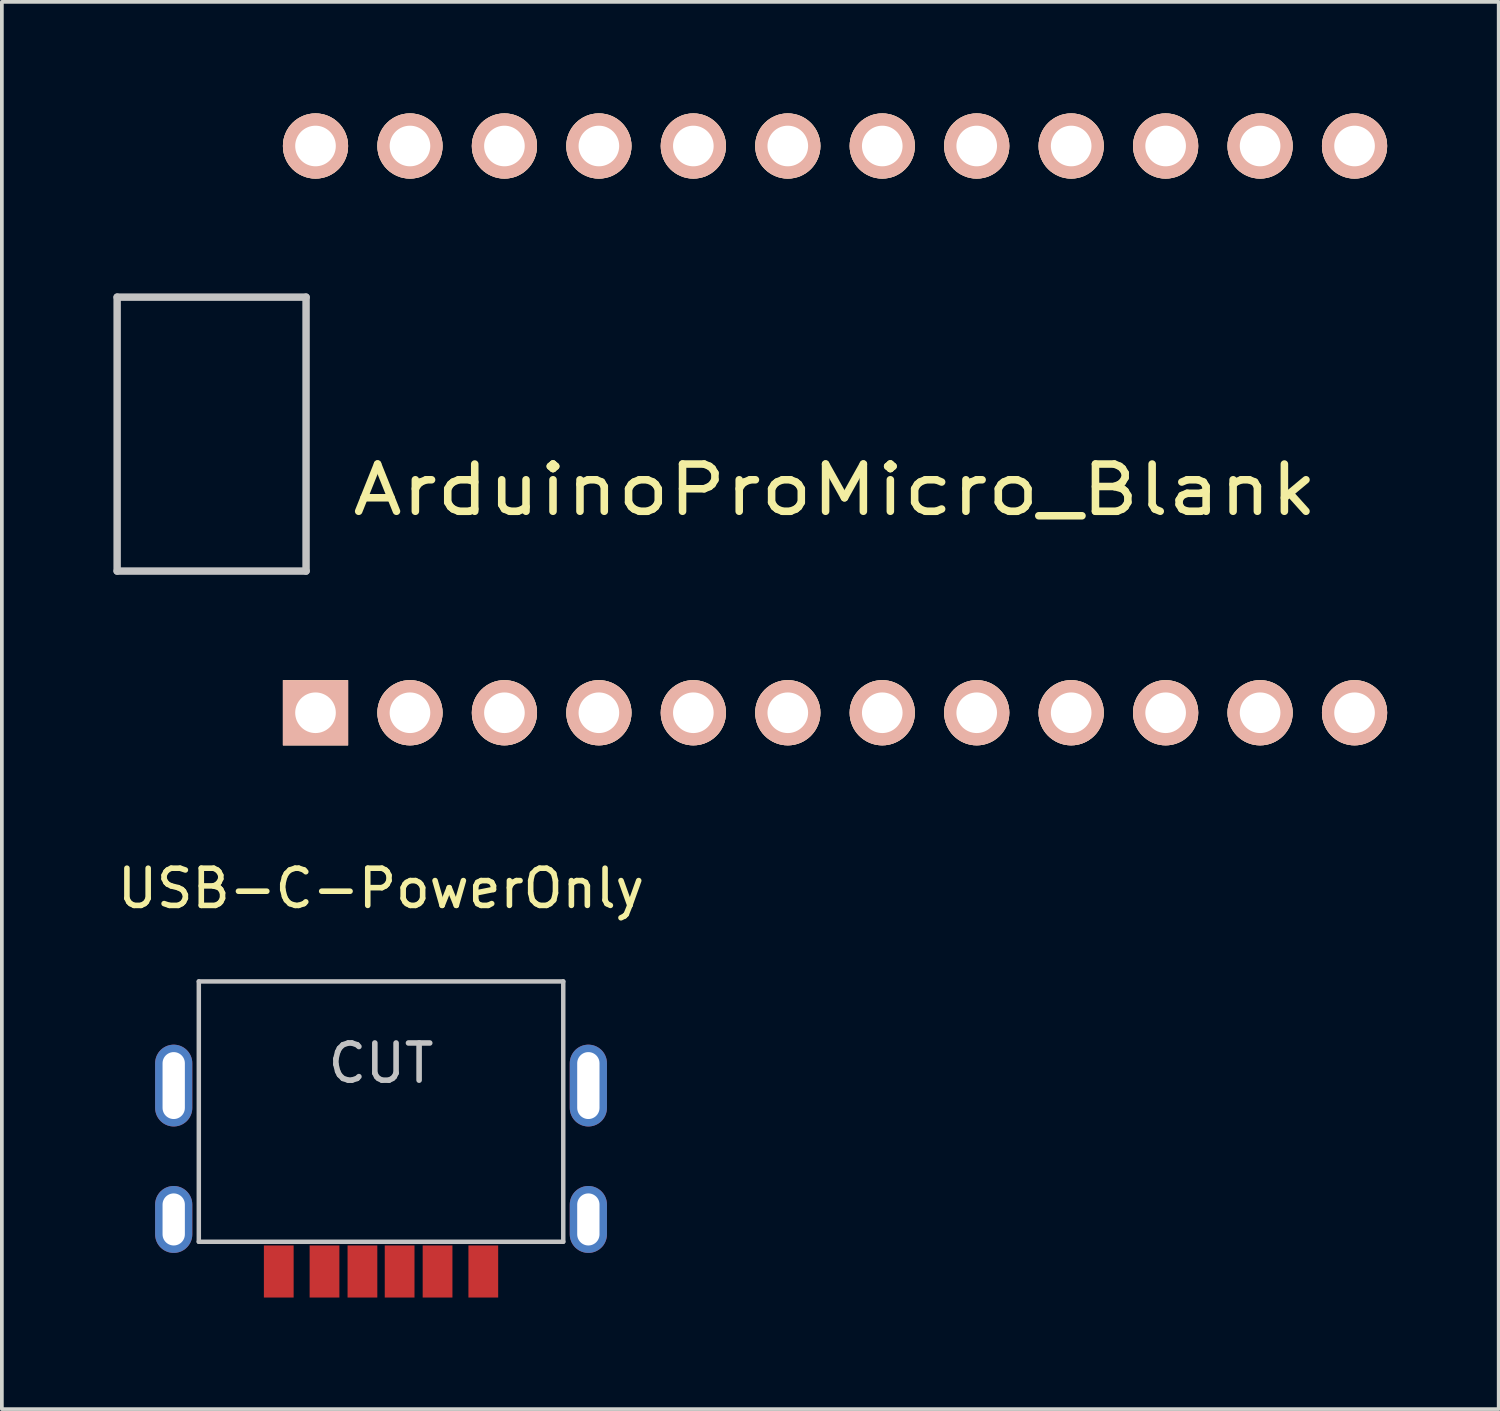
<source format=kicad_pcb>
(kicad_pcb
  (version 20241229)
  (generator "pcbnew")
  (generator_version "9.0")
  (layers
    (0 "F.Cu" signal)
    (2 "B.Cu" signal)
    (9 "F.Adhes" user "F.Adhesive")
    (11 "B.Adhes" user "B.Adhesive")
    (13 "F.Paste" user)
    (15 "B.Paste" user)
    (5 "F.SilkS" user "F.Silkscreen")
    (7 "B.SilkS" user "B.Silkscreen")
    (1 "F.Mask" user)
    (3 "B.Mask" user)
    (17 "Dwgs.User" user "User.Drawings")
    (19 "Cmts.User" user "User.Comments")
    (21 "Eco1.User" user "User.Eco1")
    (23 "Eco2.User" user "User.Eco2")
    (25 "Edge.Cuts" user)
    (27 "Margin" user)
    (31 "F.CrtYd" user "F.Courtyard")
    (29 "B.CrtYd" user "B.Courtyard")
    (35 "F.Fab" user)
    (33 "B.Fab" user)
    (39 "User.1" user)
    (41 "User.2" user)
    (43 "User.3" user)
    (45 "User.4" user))
  (footprint "USB-C-PowerOnly"
    (layer "F.Cu")
    (at 7.196 23.341)
    (property "Reference" "USB-C-PowerOnly" (at 0 -2.5 0) (layer "F.SilkS") (effects (font (size 1 1) (thickness 0.15))))
    (attr through_hole)
    (fp_line (start -4.9 0) (end -4.9 7) (stroke (width 0.12) (type solid)) (layer "Dwgs.User"))
    (fp_line (start -4.9 0) (end 4.9 0) (stroke (width 0.12) (type solid)) (layer "Dwgs.User"))
    (fp_line (start -4.9 7) (end 4.9 7) (stroke (width 0.12) (type solid)) (layer "Dwgs.User"))
    (fp_line (start 4.9 0) (end 4.9 7) (stroke (width 0.12) (type solid)) (layer "Dwgs.User"))
    (fp_text user "CUT" (at 0 2.2 0) (layer "Dwgs.User") (effects (font (size 1 1) (thickness 0.15))))
    (pad "A1" smd rect (at 2.75 7.8 180) (size 0.8 1.4) (layers "F.Cu" "F.Mask" "F.Paste"))
    (pad "A4" smd rect (at 1.52 7.8 180) (size 0.8 1.4) (layers "F.Cu" "F.Mask" "F.Paste"))
    (pad "A5" smd rect (at 0.5 7.8 180) (size 0.8 1.4) (layers "F.Cu" "F.Mask" "F.Paste"))
    (pad "A9" smd rect (at -1.52 7.8) (size 0.8 1.4) (layers "F.Cu" "F.Mask" "F.Paste"))
    (pad "A12" smd rect (at -2.75 7.8) (size 0.8 1.4) (layers "F.Cu" "F.Mask" "F.Paste"))
    (pad "B5" smd rect (at -0.5 7.8) (size 0.8 1.4) (layers "F.Cu" "F.Mask" "F.Paste"))
    (pad "S1" thru_hole oval (at -5.575 2.8) (size 1 2.2) (drill oval 0.6 1.8) (layers "*.Cu" "*.Mask"))
    (pad "S1" thru_hole oval (at -5.575 6.4) (size 1 1.8) (drill oval 0.6 1.4) (layers "*.Cu" "*.Mask"))
    (pad "S1" thru_hole oval (at 5.575 2.8) (size 1 2.2) (drill oval 0.6 1.8) (layers "*.Cu" "*.Mask"))
    (pad "S1" thru_hole oval (at 5.575 6.4) (size 1 1.8) (drill oval 0.6 1.4) (layers "*.Cu" "*.Mask")))
  (footprint "ArduinoProMicro_Blank"
    (layer "F.Cu")
    (at 19.404 8.496)
    (property "Reference" "ArduinoProMicro_Blank" (at 0 1.625 0) (layer "F.SilkS") (effects (font (size 1.27 1.524) (thickness 0.203))))
    (attr through_hole)
    (fp_line (start -19.304 -3.556) (end -14.224 -3.556) (stroke (width 0.2) (type solid)) (layer "Dwgs.User"))
    (fp_line (start -19.304 3.81) (end -19.304 -3.556) (stroke (width 0.2) (type solid)) (layer "Dwgs.User"))
    (fp_line (start -14.224 -3.556) (end -14.224 3.81) (stroke (width 0.2) (type solid)) (layer "Dwgs.User"))
    (fp_line (start -14.224 3.81) (end -19.304 3.81) (stroke (width 0.2) (type solid)) (layer "Dwgs.User"))
    (pad "1" thru_hole rect (at -13.97 7.62) (size 1.753 1.753) (drill 1.092) (layers "*.Cu" "*.SilkS" "*.Mask"))
    (pad "2" thru_hole circle (at -11.43 7.62) (size 1.753 1.753) (drill 1.092) (layers "*.Cu" "*.SilkS" "*.Mask"))
    (pad "3" thru_hole circle (at -8.89 7.62) (size 1.753 1.753) (drill 1.092) (layers "*.Cu" "*.SilkS" "*.Mask"))
    (pad "4" thru_hole circle (at -6.35 7.62) (size 1.753 1.753) (drill 1.092) (layers "*.Cu" "*.SilkS" "*.Mask"))
    (pad "5" thru_hole circle (at -3.81 7.62) (size 1.753 1.753) (drill 1.092) (layers "*.Cu" "*.SilkS" "*.Mask"))
    (pad "6" thru_hole circle (at -1.27 7.62) (size 1.753 1.753) (drill 1.092) (layers "*.Cu" "*.SilkS" "*.Mask"))
    (pad "7" thru_hole circle (at 1.27 7.62) (size 1.753 1.753) (drill 1.092) (layers "*.Cu" "*.SilkS" "*.Mask"))
    (pad "8" thru_hole circle (at 3.81 7.62) (size 1.753 1.753) (drill 1.092) (layers "*.Cu" "*.SilkS" "*.Mask"))
    (pad "9" thru_hole circle (at 6.35 7.62) (size 1.753 1.753) (drill 1.092) (layers "*.Cu" "*.SilkS" "*.Mask"))
    (pad "10" thru_hole circle (at 8.89 7.62) (size 1.753 1.753) (drill 1.092) (layers "*.Cu" "*.SilkS" "*.Mask"))
    (pad "11" thru_hole circle (at 11.43 7.62) (size 1.753 1.753) (drill 1.092) (layers "*.Cu" "*.SilkS" "*.Mask"))
    (pad "12" thru_hole circle (at 13.97 7.62) (size 1.753 1.753) (drill 1.092) (layers "*.Cu" "*.SilkS" "*.Mask"))
    (pad "13" thru_hole circle (at 13.97 -7.62) (size 1.753 1.753) (drill 1.092) (layers "*.Cu" "*.SilkS" "*.Mask"))
    (pad "14" thru_hole circle (at 11.43 -7.62) (size 1.753 1.753) (drill 1.092) (layers "*.Cu" "*.SilkS" "*.Mask"))
    (pad "15" thru_hole circle (at 8.89 -7.62) (size 1.753 1.753) (drill 1.092) (layers "*.Cu" "*.SilkS" "*.Mask"))
    (pad "16" thru_hole circle (at 6.35 -7.62) (size 1.753 1.753) (drill 1.092) (layers "*.Cu" "*.SilkS" "*.Mask"))
    (pad "17" thru_hole circle (at 3.81 -7.62) (size 1.753 1.753) (drill 1.092) (layers "*.Cu" "*.SilkS" "*.Mask"))
    (pad "18" thru_hole circle (at 1.27 -7.62) (size 1.753 1.753) (drill 1.092) (layers "*.Cu" "*.SilkS" "*.Mask"))
    (pad "19" thru_hole circle (at -1.27 -7.62) (size 1.753 1.753) (drill 1.092) (layers "*.Cu" "*.SilkS" "*.Mask"))
    (pad "20" thru_hole circle (at -3.81 -7.62) (size 1.753 1.753) (drill 1.092) (layers "*.Cu" "*.SilkS" "*.Mask"))
    (pad "21" thru_hole circle (at -6.35 -7.62) (size 1.753 1.753) (drill 1.092) (layers "*.Cu" "*.SilkS" "*.Mask"))
    (pad "22" thru_hole circle (at -8.89 -7.62) (size 1.753 1.753) (drill 1.092) (layers "*.Cu" "*.SilkS" "*.Mask"))
    (pad "23" thru_hole circle (at -11.43 -7.62) (size 1.753 1.753) (drill 1.092) (layers "*.Cu" "*.SilkS" "*.Mask"))
    (pad "24" thru_hole circle (at -13.97 -7.62) (size 1.753 1.753) (drill 1.092) (layers "*.Cu" "*.SilkS" "*.Mask")))
  (gr_rect
    (start -3 -3)
    (end 37.25 34.841)
    (stroke (width 0.1) (type default))
    (fill no)
    (layer "Edge.Cuts")))
</source>
